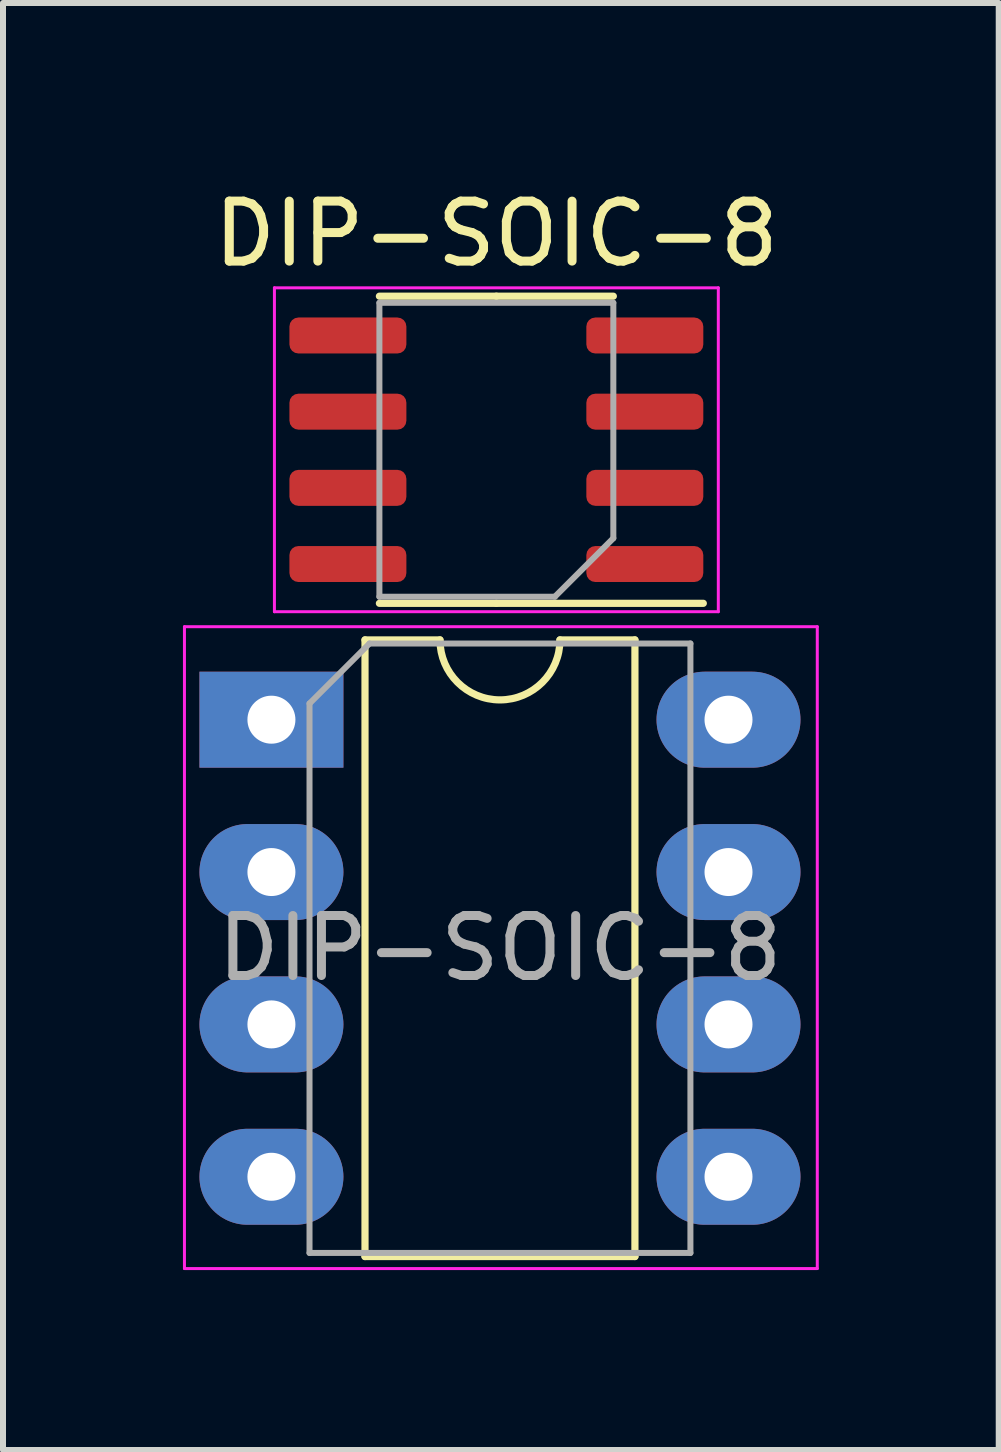
<source format=kicad_pcb>
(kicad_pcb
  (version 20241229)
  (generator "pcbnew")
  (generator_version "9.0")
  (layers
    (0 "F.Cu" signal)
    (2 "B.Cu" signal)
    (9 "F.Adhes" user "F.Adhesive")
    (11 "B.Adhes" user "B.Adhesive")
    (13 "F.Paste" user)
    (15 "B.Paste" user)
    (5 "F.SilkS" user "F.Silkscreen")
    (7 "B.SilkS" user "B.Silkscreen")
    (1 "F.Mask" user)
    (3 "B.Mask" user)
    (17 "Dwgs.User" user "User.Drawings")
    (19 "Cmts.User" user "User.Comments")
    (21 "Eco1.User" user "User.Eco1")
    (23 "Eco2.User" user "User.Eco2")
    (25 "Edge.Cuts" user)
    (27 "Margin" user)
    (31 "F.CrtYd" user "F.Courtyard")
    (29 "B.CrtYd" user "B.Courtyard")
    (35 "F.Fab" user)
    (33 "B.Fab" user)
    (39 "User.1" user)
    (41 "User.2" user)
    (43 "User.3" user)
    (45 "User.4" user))
  (footprint "DIP-SOIC-8"
    (layer "F.Cu")
    (at 5.175 2.798)
    (property "Reference" "DIP-SOIC-8" (at 0.05 -1.95 0) (layer "F.SilkS") (effects (font (size 1 1) (thickness 0.15))))
    (attr through_hole)
    (fp_line (start -2.14 4.82) (end -2.14 15.1) (stroke (width 0.12) (type solid)) (layer "F.SilkS"))
    (fp_line (start -2.14 15.1) (end 2.36 15.1) (stroke (width 0.12) (type solid)) (layer "F.SilkS"))
    (fp_line (start -0.89 4.82) (end -2.14 4.82) (stroke (width 0.12) (type solid)) (layer "F.SilkS"))
    (fp_line (start 0.05 -0.91) (end -1.9 -0.91) (stroke (width 0.12) (type solid)) (layer "F.SilkS"))
    (fp_line (start 0.05 -0.91) (end 2 -0.91) (stroke (width 0.12) (type solid)) (layer "F.SilkS"))
    (fp_line (start 0.05 4.21) (end -1.9 4.21) (stroke (width 0.12) (type solid)) (layer "F.SilkS"))
    (fp_line (start 0.05 4.21) (end 3.5 4.21) (stroke (width 0.12) (type solid)) (layer "F.SilkS"))
    (fp_line (start 2.36 4.82) (end 1.11 4.82) (stroke (width 0.12) (type solid)) (layer "F.SilkS"))
    (fp_line (start 2.36 15.1) (end 2.36 4.82) (stroke (width 0.12) (type solid)) (layer "F.SilkS"))
    (fp_arc (start 1.11 4.82) (mid 0.11 5.82) (end -0.89 4.82) (stroke (width 0.12) (type solid)) (layer "F.SilkS"))
    (fp_line (start -5.15 4.6) (end -5.15 15.3) (stroke (width 0.05) (type solid)) (layer "F.CrtYd"))
    (fp_line (start -5.15 15.3) (end 5.4 15.3) (stroke (width 0.05) (type solid)) (layer "F.CrtYd"))
    (fp_line (start -3.65 -1.05) (end -3.65 4.35) (stroke (width 0.05) (type solid)) (layer "F.CrtYd"))
    (fp_line (start -3.65 4.35) (end 3.75 4.35) (stroke (width 0.05) (type solid)) (layer "F.CrtYd"))
    (fp_line (start 3.75 -1.05) (end -3.65 -1.05) (stroke (width 0.05) (type solid)) (layer "F.CrtYd"))
    (fp_line (start 3.75 4.35) (end 3.75 -1.05) (stroke (width 0.05) (type solid)) (layer "F.CrtYd"))
    (fp_line (start 5.4 4.6) (end -5.15 4.6) (stroke (width 0.05) (type solid)) (layer "F.CrtYd"))
    (fp_line (start 5.4 15.3) (end 5.4 4.6) (stroke (width 0.05) (type solid)) (layer "F.CrtYd"))
    (fp_line (start -3.065 5.88) (end -2.065 4.88) (stroke (width 0.1) (type solid)) (layer "F.Fab"))
    (fp_line (start -3.065 15.04) (end -3.065 5.88) (stroke (width 0.1) (type solid)) (layer "F.Fab"))
    (fp_line (start -2.065 4.88) (end 3.285 4.88) (stroke (width 0.1) (type solid)) (layer "F.Fab"))
    (fp_line (start -1.9 -0.8) (end 2 -0.8) (stroke (width 0.1) (type solid)) (layer "F.Fab"))
    (fp_line (start -1.9 4.1) (end -1.9 -0.8) (stroke (width 0.1) (type solid)) (layer "F.Fab"))
    (fp_line (start 1.025 4.1) (end -1.9 4.1) (stroke (width 0.1) (type solid)) (layer "F.Fab"))
    (fp_line (start 2 -0.8) (end 2 3.125) (stroke (width 0.1) (type solid)) (layer "F.Fab"))
    (fp_line (start 2 3.125) (end 1.025 4.1) (stroke (width 0.1) (type solid)) (layer "F.Fab"))
    (fp_line (start 3.285 4.88) (end 3.285 15.04) (stroke (width 0.1) (type solid)) (layer "F.Fab"))
    (fp_line (start 3.285 15.04) (end -3.065 15.04) (stroke (width 0.1) (type solid)) (layer "F.Fab"))
    (fp_text user "${REFERENCE}" (at 0.11 9.96 0) (layer "F.Fab") (effects (font (size 1 1) (thickness 0.15))))
    (pad "1" thru_hole rect (at -3.7 6.15) (size 2.4 1.6) (drill 0.8) (layers "*.Cu" "*.Mask"))
    (pad "1" smd roundrect (at 2.525 3.555 180) (size 1.95 0.6) (layers "F.Cu" "F.Mask" "F.Paste") (roundrect_rratio 0.25))
    (pad "2" thru_hole oval (at -3.7 8.69) (size 2.4 1.6) (drill 0.8) (layers "*.Cu" "*.Mask"))
    (pad "2" smd roundrect (at 2.525 2.285 180) (size 1.95 0.6) (layers "F.Cu" "F.Mask" "F.Paste") (roundrect_rratio 0.25))
    (pad "3" thru_hole oval (at -3.7 11.23) (size 2.4 1.6) (drill 0.8) (layers "*.Cu" "*.Mask"))
    (pad "3" smd roundrect (at 2.525 1.015 180) (size 1.95 0.6) (layers "F.Cu" "F.Mask" "F.Paste") (roundrect_rratio 0.25))
    (pad "4" thru_hole oval (at -3.7 13.77) (size 2.4 1.6) (drill 0.8) (layers "*.Cu" "*.Mask"))
    (pad "4" smd roundrect (at 2.525 -0.255 180) (size 1.95 0.6) (layers "F.Cu" "F.Mask" "F.Paste") (roundrect_rratio 0.25))
    (pad "5" smd roundrect (at -2.425 -0.255 180) (size 1.95 0.6) (layers "F.Cu" "F.Mask" "F.Paste") (roundrect_rratio 0.25))
    (pad "5" thru_hole oval (at 3.92 13.77) (size 2.4 1.6) (drill 0.8) (layers "*.Cu" "*.Mask"))
    (pad "6" smd roundrect (at -2.425 1.015 180) (size 1.95 0.6) (layers "F.Cu" "F.Mask" "F.Paste") (roundrect_rratio 0.25))
    (pad "6" thru_hole oval (at 3.92 11.23) (size 2.4 1.6) (drill 0.8) (layers "*.Cu" "*.Mask"))
    (pad "7" smd roundrect (at -2.425 2.285 180) (size 1.95 0.6) (layers "F.Cu" "F.Mask" "F.Paste") (roundrect_rratio 0.25))
    (pad "7" thru_hole oval (at 3.92 8.69) (size 2.4 1.6) (drill 0.8) (layers "*.Cu" "*.Mask"))
    (pad "8" smd roundrect (at -2.425 3.555 180) (size 1.95 0.6) (layers "F.Cu" "F.Mask" "F.Paste") (roundrect_rratio 0.25))
    (pad "8" thru_hole oval (at 3.92 6.15) (size 2.4 1.6) (drill 0.8) (layers "*.Cu" "*.Mask")))
  (gr_rect
    (start -3 -3)
    (end 13.6 21.123)
    (stroke (width 0.1) (type default))
    (fill no)
    (layer "Edge.Cuts")))
</source>
